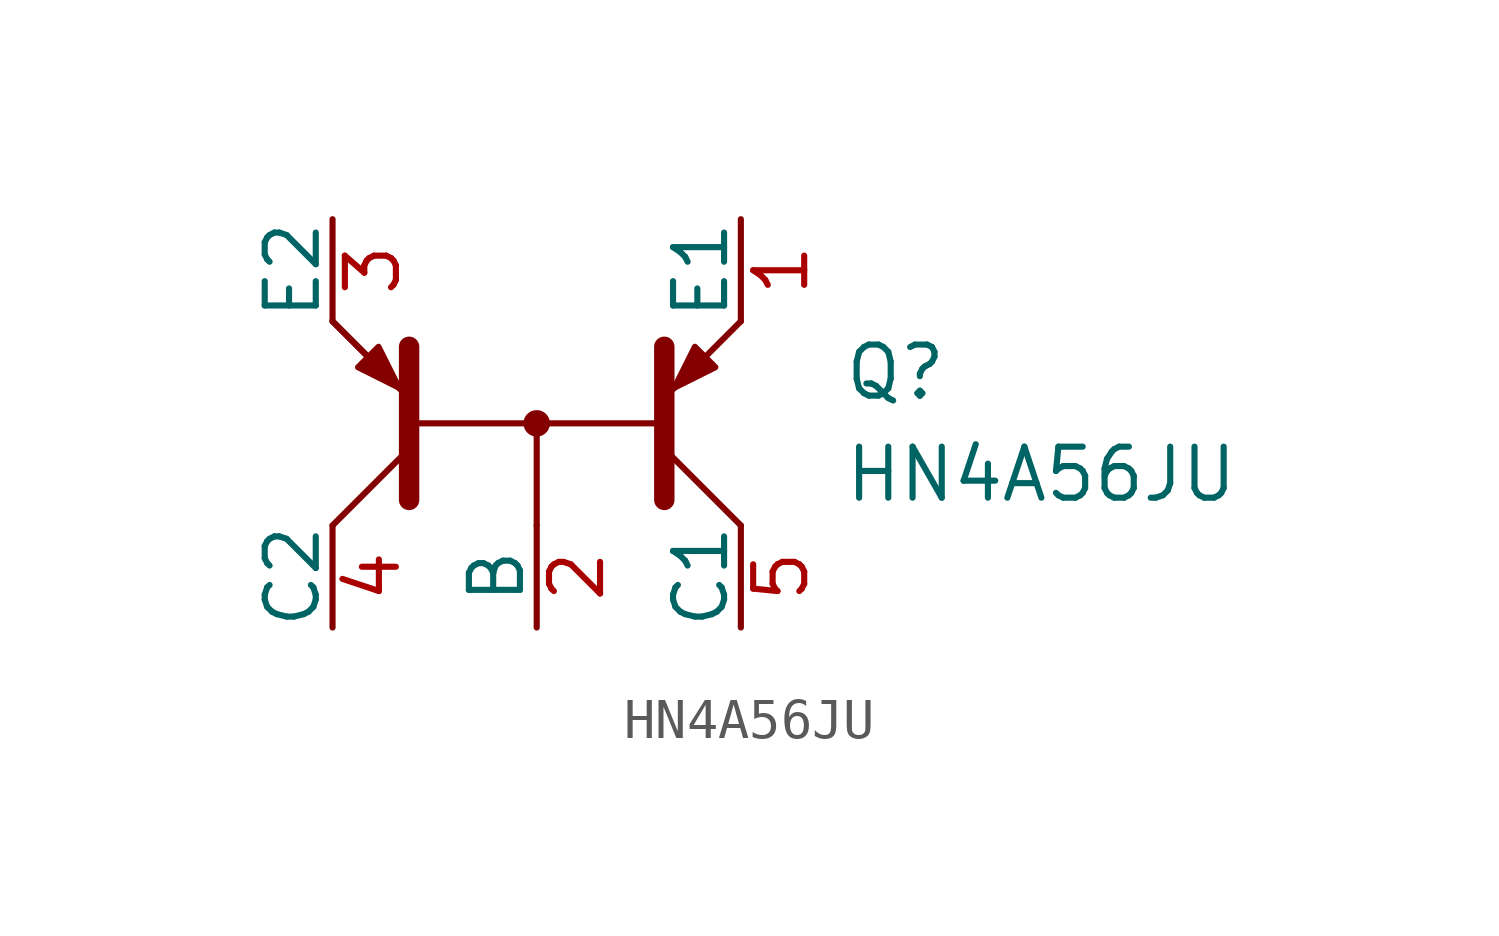
<source format=kicad_sym>
(kicad_symbol_lib
  (version 20211014)
  (generator kicad_symbol_editor)
  (symbol "HN4A56JU"
    (pin_names
      (offset 0))
    (property "Reference" "Q"
      (at 7.62 1.27 0)
      (effects (font (size 1.27 1.27)) (justify left)))
    (property "Value" "HN4A56JU"
      (at 7.62 -1.27 0)
      (effects (font (size 1.27 1.27)) (justify left)))
    (symbol "HN4A56JU_0_1"
      (polyline (pts (xy -5.08 -2.54) (xy -3.175 -0.635)) (stroke (width 0) (type default) (color 0 0 0 0)) (fill (type none)))
      (polyline (pts (xy -5.08 2.54) (xy -3.175 0.635)) (stroke (width 0) (type default) (color 0 0 0 0)) (fill (type none)))
      (polyline (pts (xy -5.08 2.54) (xy -3.175 0.635)) (stroke (width 0) (type default) (color 0 0 0 0)) (fill (type none)))
      (polyline (pts (xy 0 0) (xy 0 -2.54)) (stroke (width 0) (type default) (color 0 0 0 0)) (fill (type none)))
      (polyline (pts (xy 3.175 0) (xy -3.175 0)) (stroke (width 0) (type default) (color 0 0 0 0)) (fill (type none)))
      (polyline (pts (xy 5.08 -2.54) (xy 3.175 -0.635)) (stroke (width 0) (type default) (color 0 0 0 0)) (fill (type none)))
      (polyline (pts (xy 5.08 2.54) (xy 3.175 0.635)) (stroke (width 0) (type default) (color 0 0 0 0)) (fill (type none)))
      (polyline (pts (xy -3.175 -1.905) (xy -3.175 1.905) (xy -3.175 1.905)) (stroke (width 0.508) (type default) (color 0 0 0 0)) (fill (type outline)))
      (polyline (pts (xy 3.175 -1.905) (xy 3.175 1.905) (xy 3.175 1.905)) (stroke (width 0.508) (type default) (color 0 0 0 0)) (fill (type outline)))
      (polyline (pts (xy -3.937 1.905) (xy -4.445 1.397) (xy -3.429 0.889) (xy -3.937 1.905) (xy -3.937 1.905)) (stroke (width 0) (type default) (color 0 0 0 0)) (fill (type outline)))
      (polyline (pts (xy 3.937 1.905) (xy 4.445 1.397) (xy 3.429 0.889) (xy 3.937 1.905) (xy 3.937 1.905)) (stroke (width 0) (type default) (color 0 0 0 0)) (fill (type outline)))
      (circle (center 0 0) (radius 0.254) (stroke (width 0) (type default) (color 0 0 0 0)) (fill (type outline))))
    (symbol "HN4A56JU_1_1"
      (pin passive line (at 5.08 5.08 270) (length 2.54) (name "E1" (effects (font (size 1.27 1.27)))) (number "1" (effects (font (size 1.27 1.27)))))
      (pin passive line (at 0 -5.08 90) (length 2.54) (name "B" (effects (font (size 1.27 1.27)))) (number "2" (effects (font (size 1.27 1.27)))))
      (pin passive line (at -5.08 5.08 270) (length 2.54) (name "E2" (effects (font (size 1.27 1.27)))) (number "3" (effects (font (size 1.27 1.27)))))
      (pin passive line (at -5.08 -5.08 90) (length 2.54) (name "C2" (effects (font (size 1.27 1.27)))) (number "4" (effects (font (size 1.27 1.27)))))
      (pin passive line (at 5.08 -5.08 90) (length 2.54) (name "C1" (effects (font (size 1.27 1.27)))) (number "5" (effects (font (size 1.27 1.27))))))))
</source>
